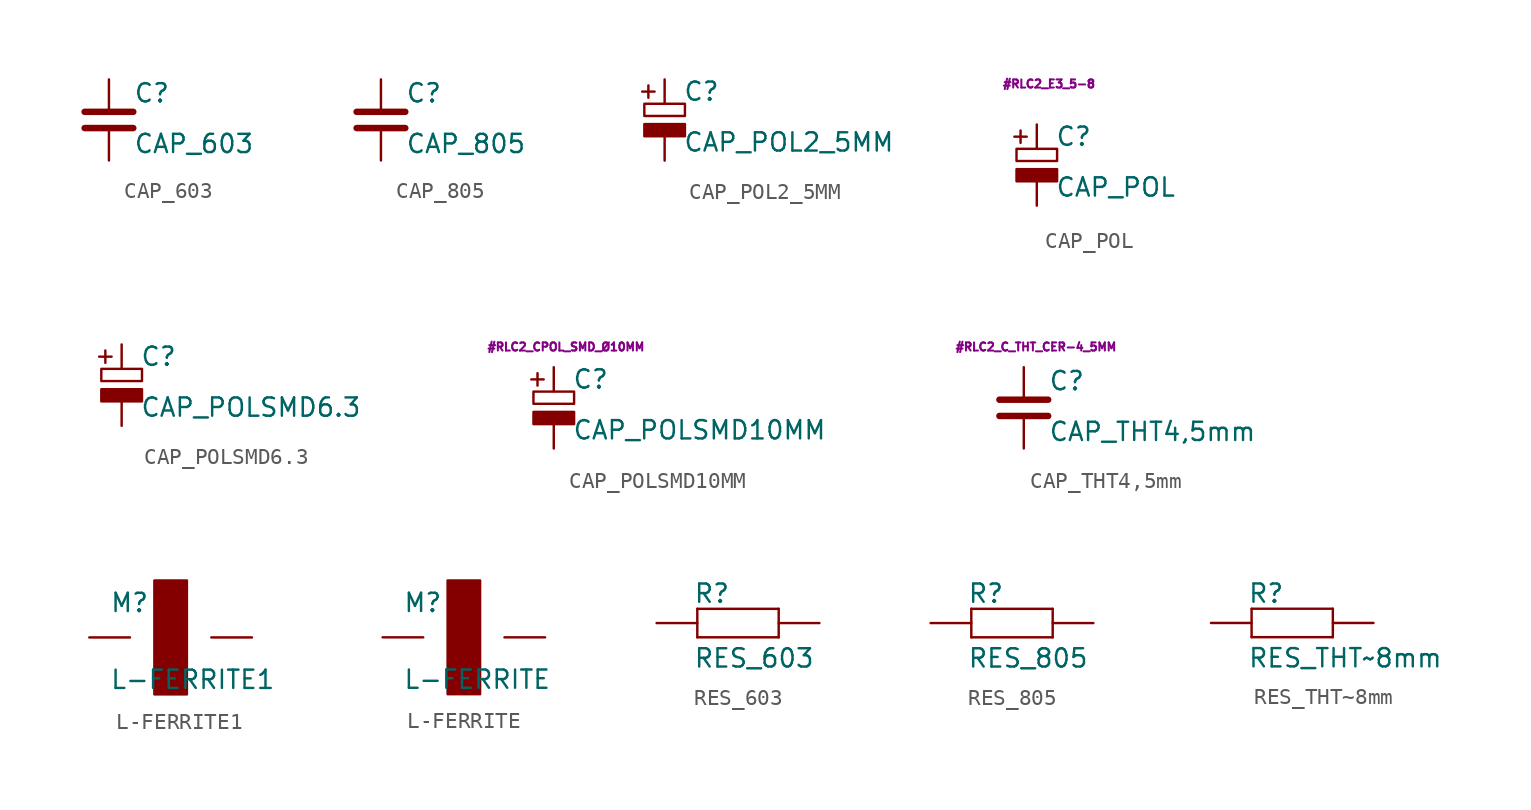
<source format=kicad_sym>
(kicad_symbol_lib
  (version 20220914)
  (generator kicad_symbol_editor)
  (symbol "CAP_603"
    (pin_numbers hide)
    (pin_names
      (offset 1.016) hide)
    (property "Reference" "C"
      (at 1.524 1.016 0)
      (effects (font (size 1.143 1.143)) (justify left bottom)))
    (property "Value" "CAP_603"
      (at 1.524 -2.159 0)
      (effects (font (size 1.143 1.143)) (justify left bottom)))
    (symbol "CAP_603_1_1"
      (rectangle (start -1.524 -0.508) (end 1.524 -0.508) (stroke (width 0.406) (type solid)) (fill (type none)))
      (rectangle (start -1.524 0.508) (end 1.524 0.508) (stroke (width 0.406) (type solid)) (fill (type none)))
      (pin passive line (at 0 2.54 270) (length 2.032) (name "1" (effects (font (size 1.016 1.016)))) (number "1" (effects (font (size 1.016 1.016)))))
      (pin passive line (at 0 -2.54 90) (length 2.032) (name "2" (effects (font (size 1.016 1.016)))) (number "2" (effects (font (size 1.016 1.016)))))))
  (symbol "CAP_805"
    (pin_numbers hide)
    (pin_names
      (offset 1.016) hide)
    (property "Reference" "C"
      (at 1.524 1.016 0)
      (effects (font (size 1.143 1.143)) (justify left bottom)))
    (property "Value" "CAP_805"
      (at 1.524 -2.159 0)
      (effects (font (size 1.143 1.143)) (justify left bottom)))
    (symbol "CAP_805_1_1"
      (rectangle (start -1.524 -0.508) (end 1.524 -0.508) (stroke (width 0.406) (type solid)) (fill (type none)))
      (rectangle (start -1.524 0.508) (end 1.524 0.508) (stroke (width 0.406) (type solid)) (fill (type none)))
      (pin passive line (at 0 2.54 270) (length 2.032) (name "1" (effects (font (size 1.016 1.016)))) (number "1" (effects (font (size 1.016 1.016)))))
      (pin passive line (at 0 -2.54 90) (length 2.032) (name "2" (effects (font (size 1.016 1.016)))) (number "2" (effects (font (size 1.016 1.016)))))))
  (symbol "CAP_POL2_5MM"
    (pin_numbers hide)
    (pin_names
      (offset 1.016) hide)
    (property "Reference" "C"
      (at 1.143 1.118 0)
      (effects (font (size 1.143 1.143)) (justify left bottom)))
    (property "Value" "CAP_POL2_5MM"
      (at 1.143 -2.057 0)
      (effects (font (size 1.143 1.143)) (justify left bottom)))
    (symbol "CAP_POL2_5MM_1_1"
      (rectangle (start -1.27 -0.254) (end 1.27 -1.016) (stroke (width 0) (type solid)) (fill (type outline)))
      (rectangle (start -1.27 0.254) (end 1.27 1.016) (stroke (width 0) (type solid)) (fill (type none)))
      (text "+" (at -1.092 1.778 900) (effects (font (size 1.016 1.016))))
      (pin passive line (at 0 2.54 270) (length 1.499) (name "1" (effects (font (size 1.016 1.016)))) (number "1" (effects (font (size 1.016 1.016)))))
      (pin passive line (at 0 -2.54 90) (length 1.499) (name "2" (effects (font (size 1.016 1.016)))) (number "2" (effects (font (size 1.016 1.016)))))))
  (symbol "CAP_POL"
    (pin_numbers hide)
    (pin_names
      (offset 1.016) hide)
    (property "Reference" "C"
      (at 1.143 1.118 0)
      (effects (font (size 1.143 1.143)) (justify left bottom)))
    (property "Value" "CAP_POL"
      (at 1.143 -2.057 0)
      (effects (font (size 1.143 1.143)) (justify left bottom)))
    (property "Footprint" "#RLC2_E3_5-8"
      (at 0.762 5.08 0)
      (effects (font (size 0.508 0.508))))
    (symbol "CAP_POL_1_0"
      (text "+" (at -1.092 1.778 900) (effects (font (size 1.016 1.016)))))
    (symbol "CAP_POL_1_1"
      (rectangle (start -1.27 -0.254) (end 1.27 -1.016) (stroke (width 0) (type solid)) (fill (type outline)))
      (rectangle (start -1.27 0.254) (end 1.27 1.016) (stroke (width 0) (type solid)) (fill (type none)))
      (pin passive line (at 0 2.54 270) (length 1.499) (name "+" (effects (font (size 1.016 1.016)))) (number "+" (effects (font (size 1.016 1.016)))))
      (pin passive line (at 0 -2.54 90) (length 1.499) (name "-" (effects (font (size 1.016 1.016)))) (number "-" (effects (font (size 1.016 1.016)))))))
  (symbol "CAP_POLSMD6.3"
    (pin_numbers hide)
    (pin_names
      (offset 1.016) hide)
    (property "Reference" "C"
      (at 1.143 1.118 0)
      (effects (font (size 1.143 1.143)) (justify left bottom)))
    (property "Value" "CAP_POLSMD6.3"
      (at 1.143 -2.057 0)
      (effects (font (size 1.143 1.143)) (justify left bottom)))
    (symbol "CAP_POLSMD6.3_1_1"
      (rectangle (start -1.27 -0.254) (end 1.27 -1.016) (stroke (width 0) (type solid)) (fill (type outline)))
      (rectangle (start -1.27 0.254) (end 1.27 1.016) (stroke (width 0) (type solid)) (fill (type none)))
      (text "+" (at -1.092 1.778 900) (effects (font (size 1.016 1.016))))
      (pin passive line (at 0 2.54 270) (length 1.499) (name "1" (effects (font (size 1.016 1.016)))) (number "1" (effects (font (size 1.016 1.016)))))
      (pin passive line (at 0 -2.54 90) (length 1.499) (name "2" (effects (font (size 1.016 1.016)))) (number "2" (effects (font (size 1.016 1.016)))))))
  (symbol "CAP_POLSMD10MM"
    (pin_numbers hide)
    (pin_names
      (offset 1.016) hide)
    (property "Reference" "C"
      (at 1.143 1.118 0)
      (effects (font (size 1.143 1.143)) (justify left bottom)))
    (property "Value" "CAP_POLSMD10MM"
      (at 1.143 -2.057 0)
      (effects (font (size 1.143 1.143)) (justify left bottom)))
    (property "Footprint" "#RLC2_CPOL_SMD_Ø10MM"
      (at 0.762 3.81 0)
      (effects (font (size 0.508 0.508))))
    (symbol "CAP_POLSMD10MM_1_1"
      (rectangle (start -1.27 -0.254) (end 1.27 -1.016) (stroke (width 0) (type solid)) (fill (type outline)))
      (rectangle (start -1.27 0.254) (end 1.27 1.016) (stroke (width 0) (type solid)) (fill (type none)))
      (text "+" (at -1.092 1.778 900) (effects (font (size 1.016 1.016))))
      (pin passive line (at 0 2.54 270) (length 1.499) (name "1" (effects (font (size 1.016 1.016)))) (number "1" (effects (font (size 1.016 1.016)))))
      (pin passive line (at 0 -2.54 90) (length 1.499) (name "2" (effects (font (size 1.016 1.016)))) (number "2" (effects (font (size 1.016 1.016)))))))
  (symbol "CAP_THT4,5mm"
    (pin_numbers hide)
    (pin_names
      (offset 1.016) hide)
    (property "Reference" "C"
      (at 1.524 1.016 0)
      (effects (font (size 1.143 1.143)) (justify left bottom)))
    (property "Value" "CAP_THT4,5mm"
      (at 1.524 -2.159 0)
      (effects (font (size 1.143 1.143)) (justify left bottom)))
    (property "Footprint" "#RLC2_C_THT_CER-4_5MM"
      (at 0.762 3.81 0)
      (effects (font (size 0.508 0.508))))
    (symbol "CAP_THT4,5mm_1_1"
      (rectangle (start -1.524 -0.508) (end 1.524 -0.508) (stroke (width 0.406) (type solid)) (fill (type none)))
      (rectangle (start -1.524 0.508) (end 1.524 0.508) (stroke (width 0.406) (type solid)) (fill (type none)))
      (pin passive line (at 0 2.54 270) (length 2.032) (name "1" (effects (font (size 1.016 1.016)))) (number "1" (effects (font (size 1.016 1.016)))))
      (pin passive line (at 0 -2.54 90) (length 2.032) (name "2" (effects (font (size 1.016 1.016)))) (number "2" (effects (font (size 1.016 1.016)))))))
  (symbol "L-FERRITE1"
    (pin_numbers hide)
    (pin_names
      (offset 1.016) hide)
    (property "Reference" "M"
      (at -3.81 1.499 0)
      (effects (font (size 1.143 1.143)) (justify left bottom)))
    (property "Value" "L-FERRITE1"
      (at -3.81 -3.302 0)
      (effects (font (size 1.143 1.143)) (justify left bottom)))
    (property "ki_locked" ""
      (at 0 0 0)
      (effects (font (size 1.27 1.27))))
    (symbol "L-FERRITE1_1_1"
      (rectangle (start -1.016 -3.556) (end 1.016 3.556) (stroke (width 0) (type solid)) (fill (type outline)))
      (pin passive line (at 5.08 0 180) (length 2.54) (name "1" (effects (font (size 1.016 1.016)))) (number "1" (effects (font (size 1.016 1.016)))))
      (pin passive line (at -5.08 0 0) (length 2.54) (name "2" (effects (font (size 1.016 1.016)))) (number "2" (effects (font (size 1.016 1.016)))))))
  (symbol "L-FERRITE"
    (pin_numbers hide)
    (pin_names
      (offset 1.016) hide)
    (property "Reference" "M"
      (at -3.81 1.499 0)
      (effects (font (size 1.143 1.143)) (justify left bottom)))
    (property "Value" "L-FERRITE"
      (at -3.81 -3.302 0)
      (effects (font (size 1.143 1.143)) (justify left bottom)))
    (property "ki_locked" ""
      (at 0 0 0)
      (effects (font (size 1.27 1.27))))
    (symbol "L-FERRITE_1_1"
      (rectangle (start -1.016 -3.556) (end 1.016 3.556) (stroke (width 0) (type solid)) (fill (type outline)))
      (pin passive line (at 5.08 0 180) (length 2.54) (name "1" (effects (font (size 1.016 1.016)))) (number "1" (effects (font (size 1.016 1.016)))))
      (pin passive line (at -5.08 0 0) (length 2.54) (name "2" (effects (font (size 1.016 1.016)))) (number "2" (effects (font (size 1.016 1.016)))))))
  (symbol "RES_603"
    (pin_numbers hide)
    (pin_names
      (offset 1.016) hide)
    (property "Reference" "R"
      (at -2.794 2.515 0)
      (effects (font (size 1.143 1.143)) (justify left top)))
    (property "Value" "RES_603"
      (at -2.794 -1.524 0)
      (effects (font (size 1.143 1.143)) (justify left top)))
    (symbol "RES_603_1_0"
      (polyline (pts (xy -2.54 -0.889) (xy -2.54 0.889)) (stroke (width 0) (type solid)) (fill (type none)))
      (polyline (pts (xy -2.54 -0.889) (xy 2.54 -0.889)) (stroke (width 0) (type solid)) (fill (type none)))
      (polyline (pts (xy 2.54 -0.889) (xy 2.54 0.889)) (stroke (width 0) (type solid)) (fill (type none)))
      (polyline (pts (xy 2.54 0.889) (xy -2.54 0.889)) (stroke (width 0) (type solid)) (fill (type none))))
    (symbol "RES_603_1_1"
      (pin passive line (at -5.08 0 0) (length 2.54) (name "1" (effects (font (size 1.016 1.016)))) (number "1" (effects (font (size 1.016 1.016)))))
      (pin passive line (at 5.08 0 180) (length 2.54) (name "2" (effects (font (size 1.016 1.016)))) (number "2" (effects (font (size 1.016 1.016)))))))
  (symbol "RES_805"
    (pin_numbers hide)
    (pin_names
      (offset 1.016) hide)
    (property "Reference" "R"
      (at -2.794 2.515 0)
      (effects (font (size 1.143 1.143)) (justify left top)))
    (property "Value" "RES_805"
      (at -2.794 -1.524 0)
      (effects (font (size 1.143 1.143)) (justify left top)))
    (symbol "RES_805_1_0"
      (polyline (pts (xy -2.54 -0.889) (xy -2.54 0.889)) (stroke (width 0) (type solid)) (fill (type none)))
      (polyline (pts (xy -2.54 -0.889) (xy 2.54 -0.889)) (stroke (width 0) (type solid)) (fill (type none)))
      (polyline (pts (xy 2.54 -0.889) (xy 2.54 0.889)) (stroke (width 0) (type solid)) (fill (type none)))
      (polyline (pts (xy 2.54 0.889) (xy -2.54 0.889)) (stroke (width 0) (type solid)) (fill (type none))))
    (symbol "RES_805_1_1"
      (pin passive line (at -5.08 0 0) (length 2.54) (name "1" (effects (font (size 1.016 1.016)))) (number "1" (effects (font (size 1.016 1.016)))))
      (pin passive line (at 5.08 0 180) (length 2.54) (name "2" (effects (font (size 1.016 1.016)))) (number "2" (effects (font (size 1.016 1.016)))))))
  (symbol "RES_THT~8mm"
    (pin_numbers hide)
    (pin_names
      (offset 1.016) hide)
    (property "Reference" "R"
      (at -2.794 2.515 0)
      (effects (font (size 1.143 1.143)) (justify left top)))
    (property "Value" "RES_THT~8mm"
      (at -2.794 -1.524 0)
      (effects (font (size 1.143 1.143)) (justify left top)))
    (symbol "RES_THT~8mm_1_0"
      (polyline (pts (xy -2.54 -0.889) (xy -2.54 0.889)) (stroke (width 0) (type solid)) (fill (type none)))
      (polyline (pts (xy -2.54 -0.889) (xy 2.54 -0.889)) (stroke (width 0) (type solid)) (fill (type none)))
      (polyline (pts (xy 2.54 -0.889) (xy 2.54 0.889)) (stroke (width 0) (type solid)) (fill (type none)))
      (polyline (pts (xy 2.54 0.889) (xy -2.54 0.889)) (stroke (width 0) (type solid)) (fill (type none))))
    (symbol "RES_THT~8mm_1_1"
      (pin passive line (at -5.08 0 0) (length 2.54) (name "1" (effects (font (size 1.016 1.016)))) (number "1" (effects (font (size 1.016 1.016)))))
      (pin passive line (at 5.08 0 180) (length 2.54) (name "2" (effects (font (size 1.016 1.016)))) (number "2" (effects (font (size 1.016 1.016))))))))
</source>
